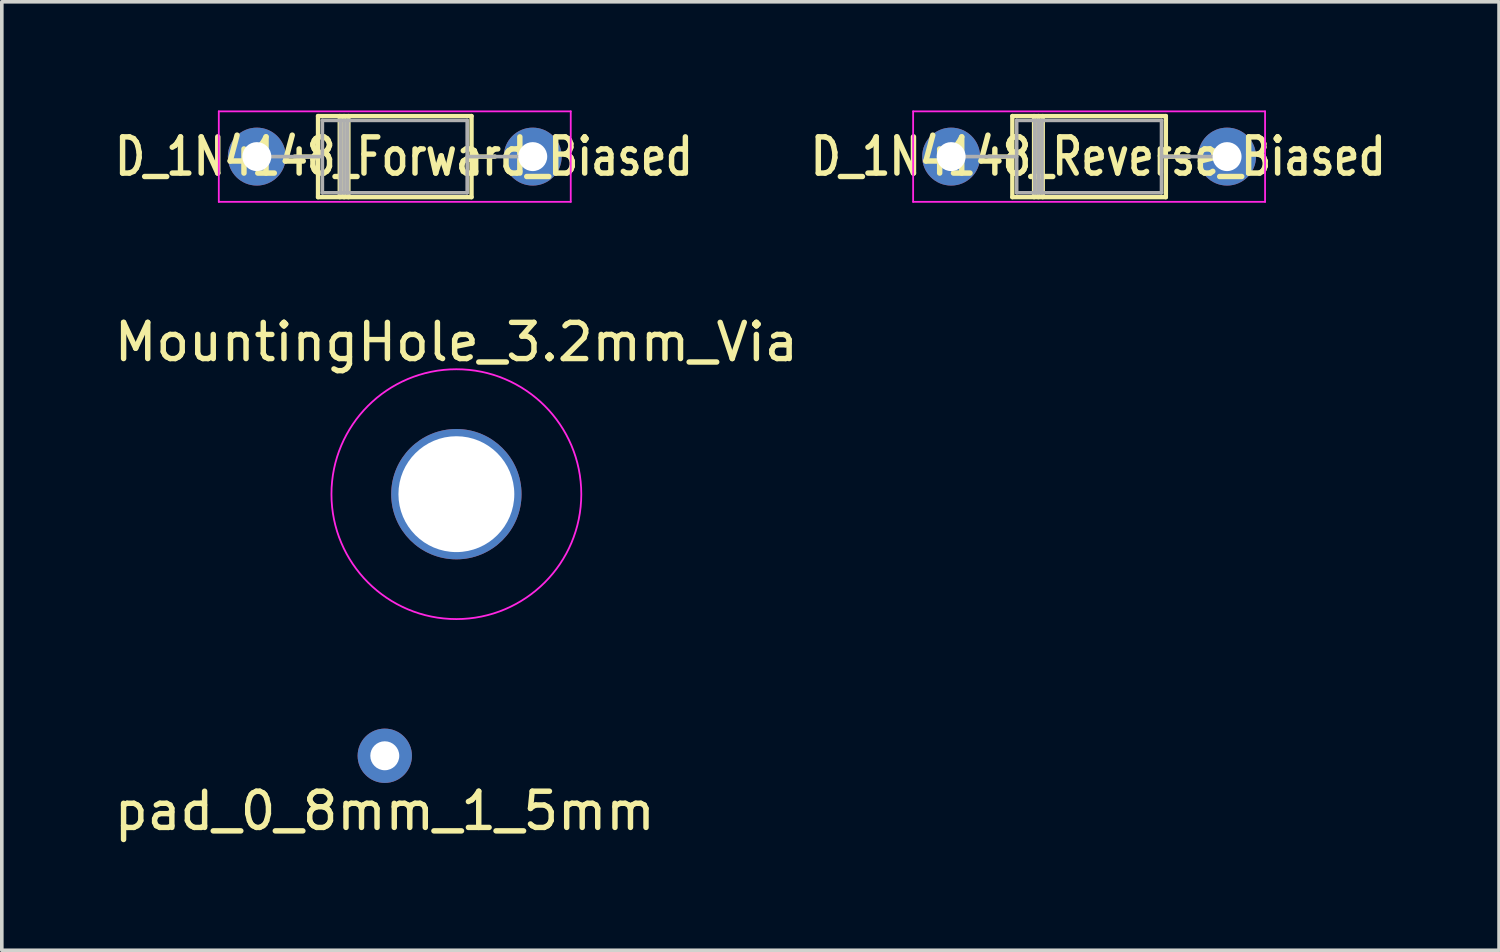
<source format=kicad_pcb>
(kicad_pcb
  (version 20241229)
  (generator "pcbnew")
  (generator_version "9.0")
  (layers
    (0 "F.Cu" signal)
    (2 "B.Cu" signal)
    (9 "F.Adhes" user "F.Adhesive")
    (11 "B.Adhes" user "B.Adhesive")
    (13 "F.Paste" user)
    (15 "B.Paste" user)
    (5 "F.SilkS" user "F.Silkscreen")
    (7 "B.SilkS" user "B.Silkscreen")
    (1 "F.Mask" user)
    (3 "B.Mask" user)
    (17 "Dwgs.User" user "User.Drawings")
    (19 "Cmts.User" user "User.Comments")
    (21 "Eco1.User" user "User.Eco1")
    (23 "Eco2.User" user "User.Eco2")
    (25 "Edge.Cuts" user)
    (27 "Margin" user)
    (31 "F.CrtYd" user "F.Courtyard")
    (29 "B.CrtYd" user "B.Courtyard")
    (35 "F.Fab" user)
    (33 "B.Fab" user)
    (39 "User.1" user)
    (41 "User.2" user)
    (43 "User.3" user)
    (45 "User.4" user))
  (footprint "D_1N4148_Reverse_Biased"
    (layer "F.Cu")
    (at 23.219 1.275)
    (property "Reference" "D_1N4148_Reverse_Biased" (at 4.064 0 0) (layer "F.SilkS") (effects (font (size 1 0.8) (thickness 0.15))))
    (attr through_hole)
    (fp_line (start 1.04 0) (end 1.69 0) (stroke (width 0.12) (type solid)) (layer "F.SilkS"))
    (fp_line (start 1.69 -1.12) (end 1.69 1.12) (stroke (width 0.12) (type solid)) (layer "F.SilkS"))
    (fp_line (start 1.69 1.12) (end 5.93 1.12) (stroke (width 0.12) (type solid)) (layer "F.SilkS"))
    (fp_line (start 2.29 -1.12) (end 2.29 1.12) (stroke (width 0.12) (type solid)) (layer "F.SilkS"))
    (fp_line (start 2.41 -1.12) (end 2.41 1.12) (stroke (width 0.12) (type solid)) (layer "F.SilkS"))
    (fp_line (start 2.53 -1.12) (end 2.53 1.12) (stroke (width 0.12) (type solid)) (layer "F.SilkS"))
    (fp_line (start 5.93 -1.12) (end 1.69 -1.12) (stroke (width 0.12) (type solid)) (layer "F.SilkS"))
    (fp_line (start 5.93 1.12) (end 5.93 -1.12) (stroke (width 0.12) (type solid)) (layer "F.SilkS"))
    (fp_line (start 6.58 0) (end 5.93 0) (stroke (width 0.12) (type solid)) (layer "F.SilkS"))
    (fp_line (start -1.05 -1.25) (end -1.05 1.25) (stroke (width 0.05) (type solid)) (layer "F.CrtYd"))
    (fp_line (start -1.05 1.25) (end 8.67 1.25) (stroke (width 0.05) (type solid)) (layer "F.CrtYd"))
    (fp_line (start 8.67 -1.25) (end -1.05 -1.25) (stroke (width 0.05) (type solid)) (layer "F.CrtYd"))
    (fp_line (start 8.67 1.25) (end 8.67 -1.25) (stroke (width 0.05) (type solid)) (layer "F.CrtYd"))
    (fp_line (start 0 0) (end 1.81 0) (stroke (width 0.1) (type solid)) (layer "F.Fab"))
    (fp_line (start 1.81 -1) (end 1.81 1) (stroke (width 0.1) (type solid)) (layer "F.Fab"))
    (fp_line (start 1.81 1) (end 5.81 1) (stroke (width 0.1) (type solid)) (layer "F.Fab"))
    (fp_line (start 2.31 -1) (end 2.31 1) (stroke (width 0.1) (type solid)) (layer "F.Fab"))
    (fp_line (start 2.41 -1) (end 2.41 1) (stroke (width 0.1) (type solid)) (layer "F.Fab"))
    (fp_line (start 2.51 -1) (end 2.51 1) (stroke (width 0.1) (type solid)) (layer "F.Fab"))
    (fp_line (start 5.81 -1) (end 1.81 -1) (stroke (width 0.1) (type solid)) (layer "F.Fab"))
    (fp_line (start 5.81 1) (end 5.81 -1) (stroke (width 0.1) (type solid)) (layer "F.Fab"))
    (fp_line (start 7.62 0) (end 5.81 0) (stroke (width 0.1) (type solid)) (layer "F.Fab"))
    (pad "1" thru_hole oval (at 7.62 0) (size 1.6 1.6) (drill 0.8) (layers "*.Cu" "*.Mask"))
    (pad "2" thru_hole oval (at 0 0) (size 1.6 1.6) (drill 0.8) (layers "*.Cu" "*.Mask")))
  (footprint "D_1N4148_Forward_Biased"
    (layer "F.Cu")
    (at 4.043 1.275)
    (property "Reference" "D_1N4148_Forward_Biased" (at 4.064 0 0) (layer "F.SilkS") (effects (font (size 1 0.8) (thickness 0.15))))
    (attr through_hole)
    (fp_line (start 1.04 0) (end 1.69 0) (stroke (width 0.12) (type solid)) (layer "F.SilkS"))
    (fp_line (start 1.69 -1.12) (end 1.69 1.12) (stroke (width 0.12) (type solid)) (layer "F.SilkS"))
    (fp_line (start 1.69 1.12) (end 5.93 1.12) (stroke (width 0.12) (type solid)) (layer "F.SilkS"))
    (fp_line (start 2.29 -1.12) (end 2.29 1.12) (stroke (width 0.12) (type solid)) (layer "F.SilkS"))
    (fp_line (start 2.41 -1.12) (end 2.41 1.12) (stroke (width 0.12) (type solid)) (layer "F.SilkS"))
    (fp_line (start 2.53 -1.12) (end 2.53 1.12) (stroke (width 0.12) (type solid)) (layer "F.SilkS"))
    (fp_line (start 5.93 -1.12) (end 1.69 -1.12) (stroke (width 0.12) (type solid)) (layer "F.SilkS"))
    (fp_line (start 5.93 1.12) (end 5.93 -1.12) (stroke (width 0.12) (type solid)) (layer "F.SilkS"))
    (fp_line (start 6.58 0) (end 5.93 0) (stroke (width 0.12) (type solid)) (layer "F.SilkS"))
    (fp_line (start -1.05 -1.25) (end -1.05 1.25) (stroke (width 0.05) (type solid)) (layer "F.CrtYd"))
    (fp_line (start -1.05 1.25) (end 8.67 1.25) (stroke (width 0.05) (type solid)) (layer "F.CrtYd"))
    (fp_line (start 8.67 -1.25) (end -1.05 -1.25) (stroke (width 0.05) (type solid)) (layer "F.CrtYd"))
    (fp_line (start 8.67 1.25) (end 8.67 -1.25) (stroke (width 0.05) (type solid)) (layer "F.CrtYd"))
    (fp_line (start 0 0) (end 1.81 0) (stroke (width 0.1) (type solid)) (layer "F.Fab"))
    (fp_line (start 1.81 -1) (end 1.81 1) (stroke (width 0.1) (type solid)) (layer "F.Fab"))
    (fp_line (start 1.81 1) (end 5.81 1) (stroke (width 0.1) (type solid)) (layer "F.Fab"))
    (fp_line (start 2.31 -1) (end 2.31 1) (stroke (width 0.1) (type solid)) (layer "F.Fab"))
    (fp_line (start 2.41 -1) (end 2.41 1) (stroke (width 0.1) (type solid)) (layer "F.Fab"))
    (fp_line (start 2.51 -1) (end 2.51 1) (stroke (width 0.1) (type solid)) (layer "F.Fab"))
    (fp_line (start 5.81 -1) (end 1.81 -1) (stroke (width 0.1) (type solid)) (layer "F.Fab"))
    (fp_line (start 5.81 1) (end 5.81 -1) (stroke (width 0.1) (type solid)) (layer "F.Fab"))
    (fp_line (start 7.62 0) (end 5.81 0) (stroke (width 0.1) (type solid)) (layer "F.Fab"))
    (pad "1" thru_hole oval (at 0 0) (size 1.6 1.6) (drill 0.8) (layers "*.Cu" "*.Mask"))
    (pad "2" thru_hole oval (at 7.62 0) (size 1.6 1.6) (drill 0.8) (layers "*.Cu" "*.Mask")))
  (footprint "MountingHole_3.2mm_Via"
    (layer "F.Cu")
    (at 9.554 10.598)
    (property "Reference" "MountingHole_3.2mm_Via" (at 0 -4.2 0) (layer "F.SilkS") (effects (font (size 1 1) (thickness 0.15))))
    (attr exclude_from_pos_files exclude_from_bom)
    (fp_circle (center 0 0) (end 3.45 0) (stroke (width 0.05) (type solid)) (fill no) (layer "F.CrtYd"))
    (pad "1" thru_hole circle (at 0 0) (size 3.6 3.6) (drill 3.2) (layers "*.Cu" "*.Mask")))
  (footprint "pad_0_8mm_1_5mm"
    (layer "F.Cu")
    (at 7.577 17.823)
    (property "Reference" "pad_0_8mm_1_5mm" (at 0 1.524 0) (layer "F.SilkS") (effects (font (size 1 1) (thickness 0.15))))
    (attr through_hole)
    (pad "1" thru_hole circle (at 0 0) (size 1.5 1.5) (drill 0.8) (layers "*.Cu" "*.Mask")))
  (gr_rect
    (start -3 -3)
    (end 38.351 23.195)
    (stroke (width 0.1) (type default))
    (fill no)
    (layer "Edge.Cuts")))
</source>
